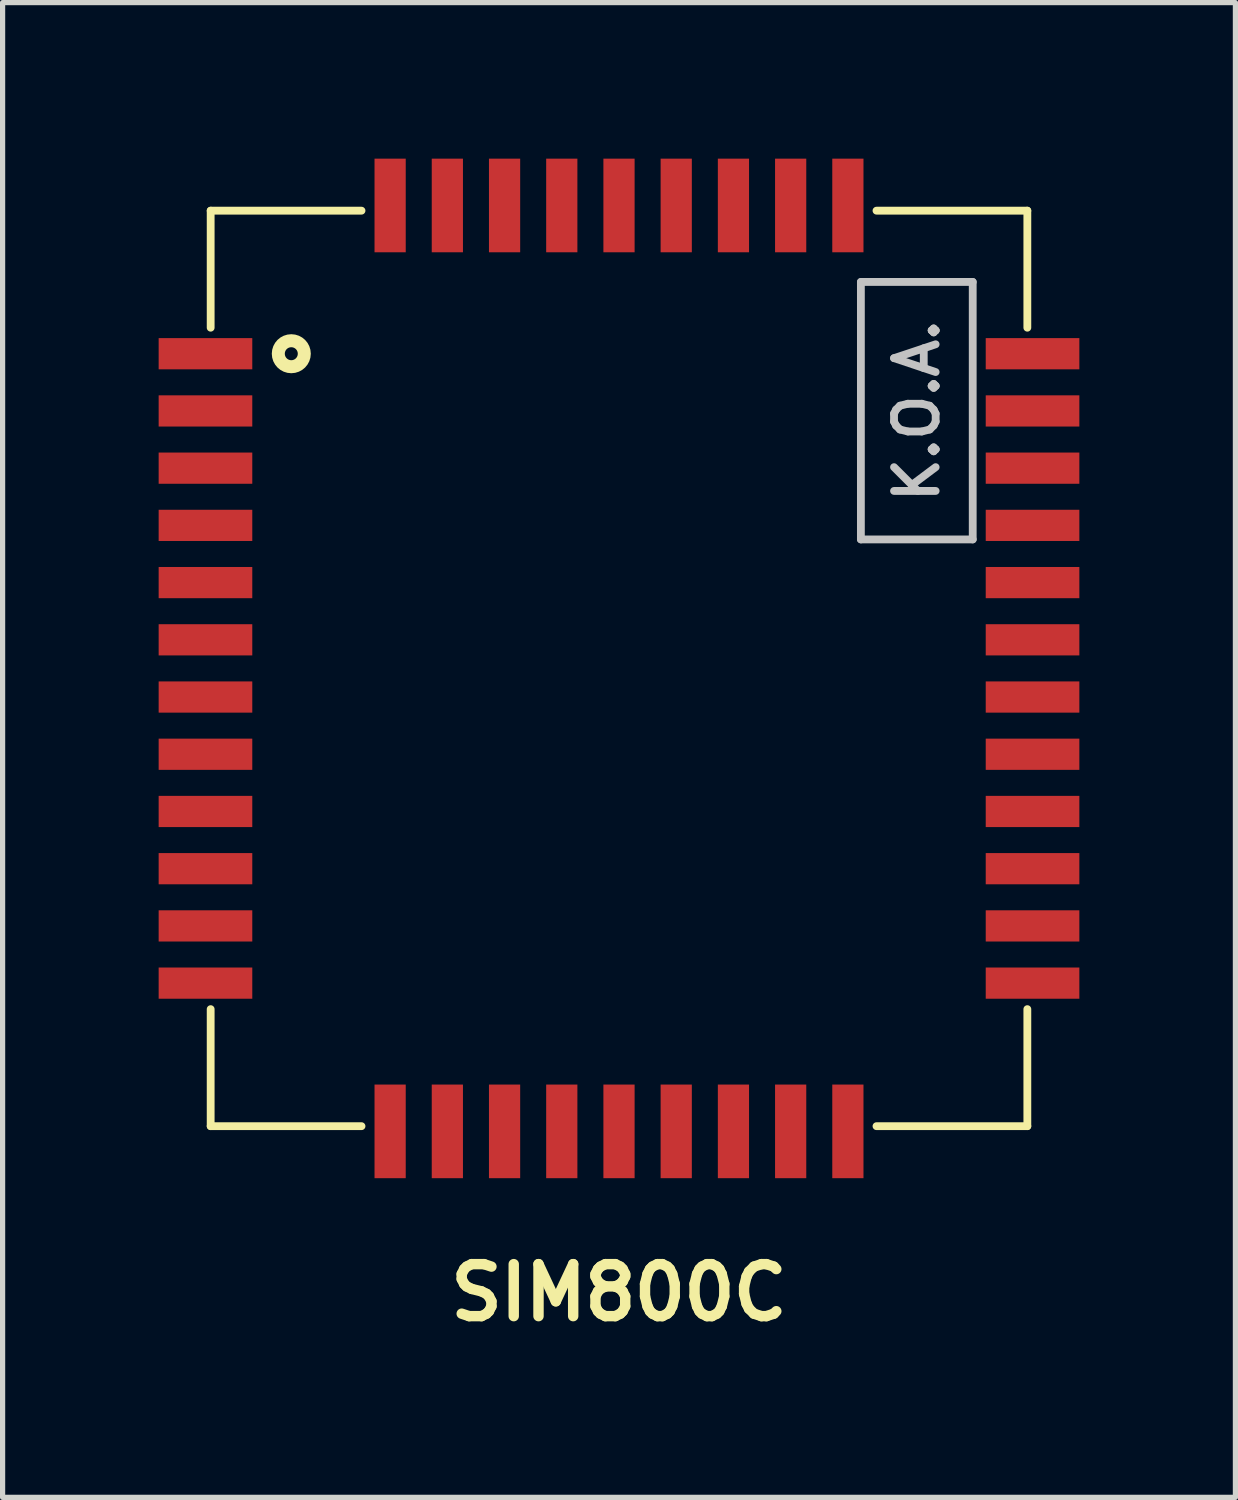
<source format=kicad_pcb>
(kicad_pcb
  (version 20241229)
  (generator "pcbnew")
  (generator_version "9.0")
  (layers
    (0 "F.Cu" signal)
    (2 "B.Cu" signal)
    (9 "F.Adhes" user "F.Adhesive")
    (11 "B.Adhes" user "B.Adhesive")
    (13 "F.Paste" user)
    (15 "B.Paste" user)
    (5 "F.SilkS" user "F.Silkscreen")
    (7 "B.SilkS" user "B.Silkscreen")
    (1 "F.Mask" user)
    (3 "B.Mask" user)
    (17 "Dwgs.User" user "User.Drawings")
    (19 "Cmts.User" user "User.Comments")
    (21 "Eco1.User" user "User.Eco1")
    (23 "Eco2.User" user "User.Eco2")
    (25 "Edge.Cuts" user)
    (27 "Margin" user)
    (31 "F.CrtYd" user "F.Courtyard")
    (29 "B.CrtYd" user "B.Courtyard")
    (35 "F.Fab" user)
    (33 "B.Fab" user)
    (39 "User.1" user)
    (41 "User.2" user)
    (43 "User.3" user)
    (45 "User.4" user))
  (footprint "SIM800C"
    (layer "F.Cu")
    (at 8.85 9.8)
    (property "Reference" "SIM800C" (at 0 12 0) (layer "F.SilkS") (effects (font (size 1 1) (thickness 0.2))))
    (attr through_hole)
    (fp_line (start -7.85 -8.8) (end -7.85 -6.55) (stroke (width 0.15) (type solid)) (layer "F.SilkS"))
    (fp_line (start -7.85 6.55) (end -7.85 8.8) (stroke (width 0.15) (type solid)) (layer "F.SilkS"))
    (fp_line (start -7.85 8.8) (end -4.95 8.8) (stroke (width 0.15) (type solid)) (layer "F.SilkS"))
    (fp_line (start -4.95 -8.8) (end -7.85 -8.8) (stroke (width 0.15) (type solid)) (layer "F.SilkS"))
    (fp_line (start 4.95 -8.8) (end 7.85 -8.8) (stroke (width 0.15) (type solid)) (layer "F.SilkS"))
    (fp_line (start 4.95 8.8) (end 7.85 8.8) (stroke (width 0.15) (type solid)) (layer "F.SilkS"))
    (fp_line (start 7.85 -8.8) (end 7.85 -6.55) (stroke (width 0.15) (type solid)) (layer "F.SilkS"))
    (fp_line (start 7.85 6.55) (end 7.85 8.8) (stroke (width 0.15) (type solid)) (layer "F.SilkS"))
    (fp_circle (center -6.3 -6.05) (end -6.05 -6.05) (stroke (width 0.25) (type solid)) (fill no) (layer "F.SilkS"))
    (fp_line (start 4.65 -7.43) (end 6.8 -7.43) (stroke (width 0.15) (type solid)) (layer "Dwgs.User"))
    (fp_line (start 4.65 -2.48) (end 4.65 -7.43) (stroke (width 0.15) (type solid)) (layer "Dwgs.User"))
    (fp_line (start 6.8 -7.43) (end 6.8 -2.48) (stroke (width 0.15) (type solid)) (layer "Dwgs.User"))
    (fp_line (start 6.8 -2.48) (end 4.65 -2.48) (stroke (width 0.15) (type solid)) (layer "Dwgs.User"))
    (fp_text user "K.O.A." (at 5.725 -4.955 90) (layer "Dwgs.User") (effects (font (size 0.8 0.8) (thickness 0.15))))
    (pad "1" smd rect (at -7.95 -6.05) (size 1.8 0.6) (layers "F.Cu" "F.Mask" "F.Paste"))
    (pad "2" smd rect (at -7.95 -4.95) (size 1.8 0.6) (layers "F.Cu" "F.Mask" "F.Paste"))
    (pad "3" smd rect (at -7.95 -3.85) (size 1.8 0.6) (layers "F.Cu" "F.Mask" "F.Paste"))
    (pad "4" smd rect (at -7.95 -2.75) (size 1.8 0.6) (layers "F.Cu" "F.Mask" "F.Paste"))
    (pad "5" smd rect (at -7.95 -1.65) (size 1.8 0.6) (layers "F.Cu" "F.Mask" "F.Paste"))
    (pad "6" smd rect (at -7.95 -0.55) (size 1.8 0.6) (layers "F.Cu" "F.Mask" "F.Paste"))
    (pad "7" smd rect (at -7.95 0.55) (size 1.8 0.6) (layers "F.Cu" "F.Mask" "F.Paste"))
    (pad "8" smd rect (at -7.95 1.65) (size 1.8 0.6) (layers "F.Cu" "F.Mask" "F.Paste"))
    (pad "9" smd rect (at -7.95 2.75) (size 1.8 0.6) (layers "F.Cu" "F.Mask" "F.Paste"))
    (pad "10" smd rect (at -7.95 3.85) (size 1.8 0.6) (layers "F.Cu" "F.Mask" "F.Paste"))
    (pad "11" smd rect (at -7.95 4.95) (size 1.8 0.6) (layers "F.Cu" "F.Mask" "F.Paste"))
    (pad "12" smd rect (at -7.95 6.05) (size 1.8 0.6) (layers "F.Cu" "F.Mask" "F.Paste"))
    (pad "13" smd rect (at -4.4 8.9) (size 0.6 1.8) (layers "F.Cu" "F.Mask" "F.Paste"))
    (pad "14" smd rect (at -3.3 8.9) (size 0.6 1.8) (layers "F.Cu" "F.Mask" "F.Paste"))
    (pad "15" smd rect (at -2.2 8.9) (size 0.6 1.8) (layers "F.Cu" "F.Mask" "F.Paste"))
    (pad "16" smd rect (at -1.1 8.9) (size 0.6 1.8) (layers "F.Cu" "F.Mask" "F.Paste"))
    (pad "17" smd rect (at 0 8.9) (size 0.6 1.8) (layers "F.Cu" "F.Mask" "F.Paste"))
    (pad "18" smd rect (at 1.1 8.9) (size 0.6 1.8) (layers "F.Cu" "F.Mask" "F.Paste"))
    (pad "19" smd rect (at 2.2 8.9) (size 0.6 1.8) (layers "F.Cu" "F.Mask" "F.Paste"))
    (pad "20" smd rect (at 3.3 8.9) (size 0.6 1.8) (layers "F.Cu" "F.Mask" "F.Paste"))
    (pad "21" smd rect (at 4.4 8.9) (size 0.6 1.8) (layers "F.Cu" "F.Mask" "F.Paste"))
    (pad "22" smd rect (at 7.95 6.05) (size 1.8 0.6) (layers "F.Cu" "F.Mask" "F.Paste"))
    (pad "23" smd rect (at 7.95 4.95) (size 1.8 0.6) (layers "F.Cu" "F.Mask" "F.Paste"))
    (pad "24" smd rect (at 7.95 3.85) (size 1.8 0.6) (layers "F.Cu" "F.Mask" "F.Paste"))
    (pad "25" smd rect (at 7.95 2.75) (size 1.8 0.6) (layers "F.Cu" "F.Mask" "F.Paste"))
    (pad "26" smd rect (at 7.95 1.65) (size 1.8 0.6) (layers "F.Cu" "F.Mask" "F.Paste"))
    (pad "27" smd rect (at 7.95 0.55) (size 1.8 0.6) (layers "F.Cu" "F.Mask" "F.Paste"))
    (pad "28" smd rect (at 7.95 -0.55) (size 1.8 0.6) (layers "F.Cu" "F.Mask" "F.Paste"))
    (pad "29" smd rect (at 7.95 -1.65) (size 1.8 0.6) (layers "F.Cu" "F.Mask" "F.Paste"))
    (pad "30" smd rect (at 7.95 -2.75) (size 1.8 0.6) (layers "F.Cu" "F.Mask" "F.Paste"))
    (pad "31" smd rect (at 7.95 -3.85) (size 1.8 0.6) (layers "F.Cu" "F.Mask" "F.Paste"))
    (pad "32" smd rect (at 7.95 -4.95) (size 1.8 0.6) (layers "F.Cu" "F.Mask" "F.Paste"))
    (pad "33" smd rect (at 7.95 -6.05) (size 1.8 0.6) (layers "F.Cu" "F.Mask" "F.Paste"))
    (pad "34" smd rect (at 4.4 -8.9) (size 0.6 1.8) (layers "F.Cu" "F.Mask" "F.Paste"))
    (pad "35" smd rect (at 3.3 -8.9) (size 0.6 1.8) (layers "F.Cu" "F.Mask" "F.Paste"))
    (pad "36" smd rect (at 2.2 -8.9) (size 0.6 1.8) (layers "F.Cu" "F.Mask" "F.Paste"))
    (pad "37" smd rect (at 1.1 -8.9) (size 0.6 1.8) (layers "F.Cu" "F.Mask" "F.Paste"))
    (pad "38" smd rect (at 0 -8.9) (size 0.6 1.8) (layers "F.Cu" "F.Mask" "F.Paste"))
    (pad "39" smd rect (at -1.1 -8.9) (size 0.6 1.8) (layers "F.Cu" "F.Mask" "F.Paste"))
    (pad "40" smd rect (at -2.2 -8.9) (size 0.6 1.8) (layers "F.Cu" "F.Mask" "F.Paste"))
    (pad "41" smd rect (at -3.3 -8.9) (size 0.6 1.8) (layers "F.Cu" "F.Mask" "F.Paste"))
    (pad "42" smd rect (at -4.4 -8.9) (size 0.6 1.8) (layers "F.Cu" "F.Mask" "F.Paste")))
  (gr_rect
    (start -3 -3)
    (end 20.7 25.736)
    (stroke (width 0.1) (type default))
    (fill no)
    (layer "Edge.Cuts")))
</source>
